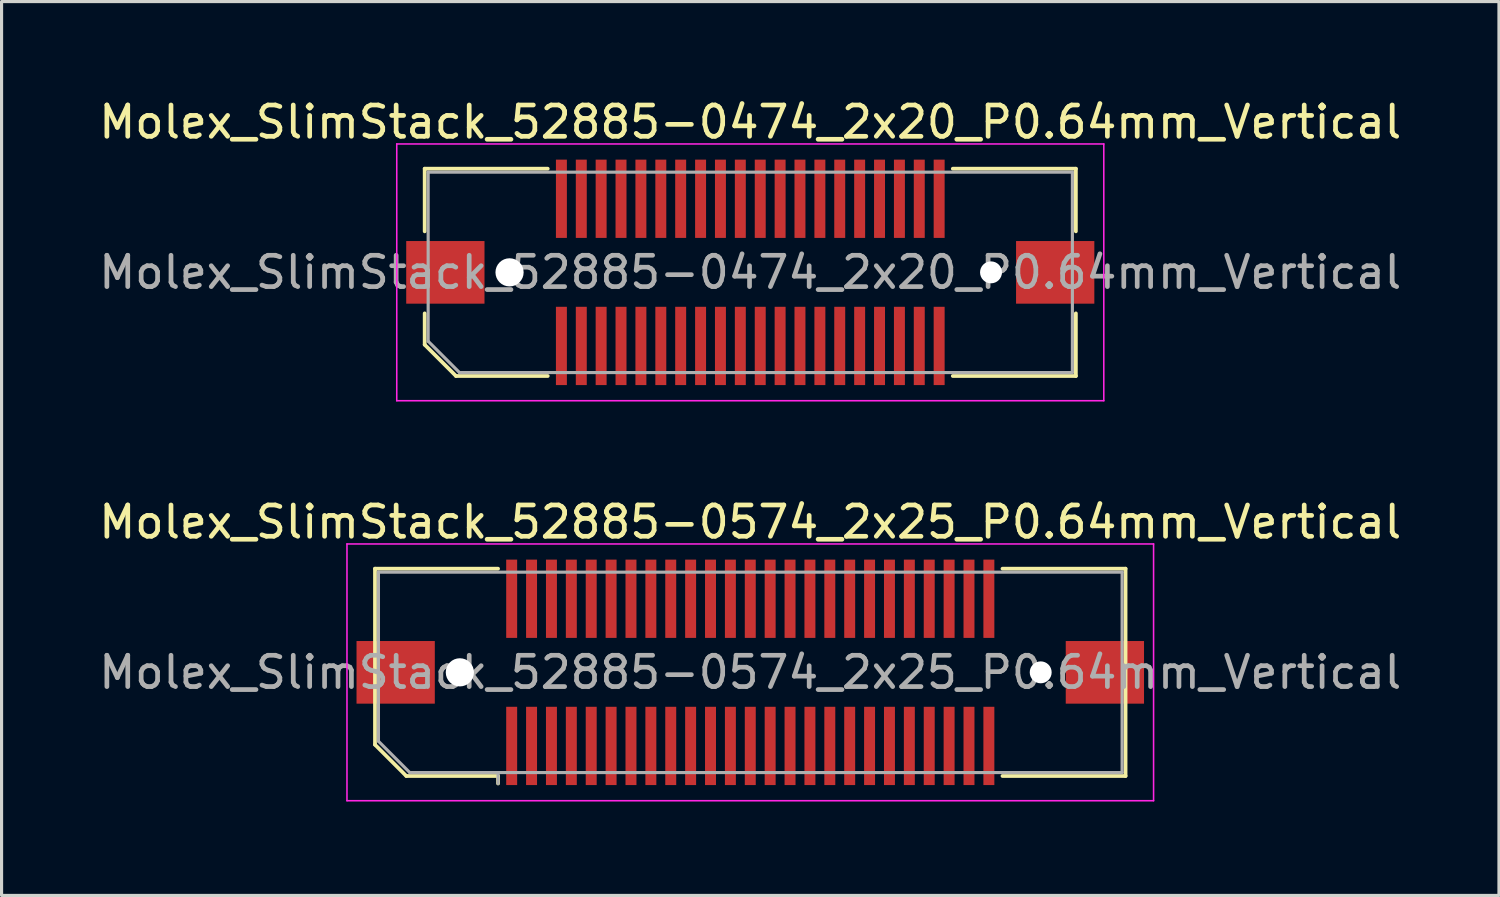
<source format=kicad_pcb>
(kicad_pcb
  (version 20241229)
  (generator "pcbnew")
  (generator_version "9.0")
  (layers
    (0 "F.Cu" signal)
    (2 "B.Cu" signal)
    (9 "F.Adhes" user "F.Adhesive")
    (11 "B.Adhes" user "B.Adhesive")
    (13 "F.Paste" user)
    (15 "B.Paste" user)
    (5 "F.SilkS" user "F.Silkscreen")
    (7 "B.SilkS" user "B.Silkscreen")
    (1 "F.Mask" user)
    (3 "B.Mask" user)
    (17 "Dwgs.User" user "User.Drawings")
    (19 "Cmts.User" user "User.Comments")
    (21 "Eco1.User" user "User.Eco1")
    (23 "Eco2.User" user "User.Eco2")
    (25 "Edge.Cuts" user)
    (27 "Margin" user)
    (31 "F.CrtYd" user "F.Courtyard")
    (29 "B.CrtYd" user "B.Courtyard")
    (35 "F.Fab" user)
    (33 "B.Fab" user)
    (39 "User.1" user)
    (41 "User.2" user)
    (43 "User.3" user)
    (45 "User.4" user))
  (footprint "Molex_SlimStack_52885-0474_2x20_P0.64mm_Vertical"
    (layer "F.Cu")
    (at 20.911 5.648)
    (property "Reference" "Molex_SlimStack_52885-0474_2x20_P0.64mm_Vertical" (at 0 -4.8 0) (layer "F.SilkS") (effects (font (size 1 1) (thickness 0.15))))
    (attr smd)
    (fp_line (start -10.398 -3.31) (end -6.468 -3.31) (stroke (width 0.12) (type solid)) (layer "F.SilkS"))
    (fp_line (start -10.398 -1.31) (end -10.398 -3.31) (stroke (width 0.12) (type solid)) (layer "F.SilkS"))
    (fp_line (start -10.398 2.31) (end -10.398 1.31) (stroke (width 0.12) (type solid)) (layer "F.SilkS"))
    (fp_line (start -9.398 3.31) (end -10.398 2.31) (stroke (width 0.12) (type solid)) (layer "F.SilkS"))
    (fp_line (start -6.468 3.31) (end -9.398 3.31) (stroke (width 0.12) (type solid)) (layer "F.SilkS"))
    (fp_line (start 6.468 3.31) (end 10.398 3.31) (stroke (width 0.12) (type solid)) (layer "F.SilkS"))
    (fp_line (start 10.398 -3.31) (end 6.468 -3.31) (stroke (width 0.12) (type solid)) (layer "F.SilkS"))
    (fp_line (start 10.398 -1.31) (end 10.398 -3.31) (stroke (width 0.12) (type solid)) (layer "F.SilkS"))
    (fp_line (start 10.398 3.31) (end 10.398 1.31) (stroke (width 0.12) (type solid)) (layer "F.SilkS"))
    (fp_line (start -11.29 -4.1) (end -11.29 4.1) (stroke (width 0.05) (type solid)) (layer "F.CrtYd"))
    (fp_line (start -11.29 4.1) (end 11.29 4.1) (stroke (width 0.05) (type solid)) (layer "F.CrtYd"))
    (fp_line (start 11.29 -4.1) (end -11.29 -4.1) (stroke (width 0.05) (type solid)) (layer "F.CrtYd"))
    (fp_line (start 11.29 4.1) (end 11.29 -4.1) (stroke (width 0.05) (type solid)) (layer "F.CrtYd"))
    (fp_line (start -10.287 -3.2) (end -10.287 2.2) (stroke (width 0.1) (type solid)) (layer "F.Fab"))
    (fp_line (start -10.287 2.2) (end -9.287 3.2) (stroke (width 0.1) (type solid)) (layer "F.Fab"))
    (fp_line (start -9.287 3.2) (end 10.287 3.2) (stroke (width 0.1) (type solid)) (layer "F.Fab"))
    (fp_line (start 10.287 -3.2) (end -10.287 -3.2) (stroke (width 0.1) (type solid)) (layer "F.Fab"))
    (fp_line (start 10.287 3.2) (end 10.287 -3.2) (stroke (width 0.1) (type solid)) (layer "F.Fab"))
    (fp_text user "${REFERENCE}" (at 0 0 0) (layer "F.Fab") (effects (font (size 1 1) (thickness 0.15))))
    (pad "" np_thru_hole circle (at -7.688 0) (size 0.9 0.9) (drill 0.9) (layers "*.Cu" "*.Mask"))
    (pad "" np_thru_hole circle (at 7.688 0) (size 0.7 0.7) (drill 0.7) (layers "*.Cu" "*.Mask"))
    (pad "1" smd rect (at -6.032 2.35) (size 0.35 2.5) (layers "F.Cu" "F.Mask" "F.Paste"))
    (pad "2" smd rect (at -6.032 -2.35) (size 0.35 2.5) (layers "F.Cu" "F.Mask" "F.Paste"))
    (pad "3" smd rect (at -5.397 2.35) (size 0.35 2.5) (layers "F.Cu" "F.Mask" "F.Paste"))
    (pad "4" smd rect (at -5.397 -2.35) (size 0.35 2.5) (layers "F.Cu" "F.Mask" "F.Paste"))
    (pad "5" smd rect (at -4.763 2.35) (size 0.35 2.5) (layers "F.Cu" "F.Mask" "F.Paste"))
    (pad "6" smd rect (at -4.763 -2.35) (size 0.35 2.5) (layers "F.Cu" "F.Mask" "F.Paste"))
    (pad "7" smd rect (at -4.128 2.35) (size 0.35 2.5) (layers "F.Cu" "F.Mask" "F.Paste"))
    (pad "8" smd rect (at -4.128 -2.35) (size 0.35 2.5) (layers "F.Cu" "F.Mask" "F.Paste"))
    (pad "9" smd rect (at -3.493 2.35) (size 0.35 2.5) (layers "F.Cu" "F.Mask" "F.Paste"))
    (pad "10" smd rect (at -3.493 -2.35) (size 0.35 2.5) (layers "F.Cu" "F.Mask" "F.Paste"))
    (pad "11" smd rect (at -2.857 2.35) (size 0.35 2.5) (layers "F.Cu" "F.Mask" "F.Paste"))
    (pad "12" smd rect (at -2.857 -2.35) (size 0.35 2.5) (layers "F.Cu" "F.Mask" "F.Paste"))
    (pad "13" smd rect (at -2.223 2.35) (size 0.35 2.5) (layers "F.Cu" "F.Mask" "F.Paste"))
    (pad "14" smd rect (at -2.223 -2.35) (size 0.35 2.5) (layers "F.Cu" "F.Mask" "F.Paste"))
    (pad "15" smd rect (at -1.587 2.35) (size 0.35 2.5) (layers "F.Cu" "F.Mask" "F.Paste"))
    (pad "16" smd rect (at -1.587 -2.35) (size 0.35 2.5) (layers "F.Cu" "F.Mask" "F.Paste"))
    (pad "17" smd rect (at -0.953 2.35) (size 0.35 2.5) (layers "F.Cu" "F.Mask" "F.Paste"))
    (pad "18" smd rect (at -0.953 -2.35) (size 0.35 2.5) (layers "F.Cu" "F.Mask" "F.Paste"))
    (pad "19" smd rect (at -0.318 2.35) (size 0.35 2.5) (layers "F.Cu" "F.Mask" "F.Paste"))
    (pad "20" smd rect (at -0.318 -2.35) (size 0.35 2.5) (layers "F.Cu" "F.Mask" "F.Paste"))
    (pad "21" smd rect (at 0.318 2.35) (size 0.35 2.5) (layers "F.Cu" "F.Mask" "F.Paste"))
    (pad "22" smd rect (at 0.318 -2.35) (size 0.35 2.5) (layers "F.Cu" "F.Mask" "F.Paste"))
    (pad "23" smd rect (at 0.953 2.35) (size 0.35 2.5) (layers "F.Cu" "F.Mask" "F.Paste"))
    (pad "24" smd rect (at 0.953 -2.35) (size 0.35 2.5) (layers "F.Cu" "F.Mask" "F.Paste"))
    (pad "25" smd rect (at 1.587 2.35) (size 0.35 2.5) (layers "F.Cu" "F.Mask" "F.Paste"))
    (pad "26" smd rect (at 1.587 -2.35) (size 0.35 2.5) (layers "F.Cu" "F.Mask" "F.Paste"))
    (pad "27" smd rect (at 2.223 2.35) (size 0.35 2.5) (layers "F.Cu" "F.Mask" "F.Paste"))
    (pad "28" smd rect (at 2.223 -2.35) (size 0.35 2.5) (layers "F.Cu" "F.Mask" "F.Paste"))
    (pad "29" smd rect (at 2.857 2.35) (size 0.35 2.5) (layers "F.Cu" "F.Mask" "F.Paste"))
    (pad "30" smd rect (at 2.857 -2.35) (size 0.35 2.5) (layers "F.Cu" "F.Mask" "F.Paste"))
    (pad "31" smd rect (at 3.493 2.35) (size 0.35 2.5) (layers "F.Cu" "F.Mask" "F.Paste"))
    (pad "32" smd rect (at 3.493 -2.35) (size 0.35 2.5) (layers "F.Cu" "F.Mask" "F.Paste"))
    (pad "33" smd rect (at 4.128 2.35) (size 0.35 2.5) (layers "F.Cu" "F.Mask" "F.Paste"))
    (pad "34" smd rect (at 4.128 -2.35) (size 0.35 2.5) (layers "F.Cu" "F.Mask" "F.Paste"))
    (pad "35" smd rect (at 4.763 2.35) (size 0.35 2.5) (layers "F.Cu" "F.Mask" "F.Paste"))
    (pad "36" smd rect (at 4.763 -2.35) (size 0.35 2.5) (layers "F.Cu" "F.Mask" "F.Paste"))
    (pad "37" smd rect (at 5.397 2.35) (size 0.35 2.5) (layers "F.Cu" "F.Mask" "F.Paste"))
    (pad "38" smd rect (at 5.397 -2.35) (size 0.35 2.5) (layers "F.Cu" "F.Mask" "F.Paste"))
    (pad "39" smd rect (at 6.032 2.35) (size 0.35 2.5) (layers "F.Cu" "F.Mask" "F.Paste"))
    (pad "40" smd rect (at 6.032 -2.35) (size 0.35 2.5) (layers "F.Cu" "F.Mask" "F.Paste"))
    (pad "MP" smd rect (at -9.738 0) (size 2.5 2) (layers "F.Cu" "F.Mask" "F.Paste"))
    (pad "MP" smd rect (at 9.738 0) (size 2.5 2) (layers "F.Cu" "F.Mask" "F.Paste")))
  (footprint "Molex_SlimStack_52885-0574_2x25_P0.64mm_Vertical"
    (layer "F.Cu")
    (at 20.911 18.422)
    (property "Reference" "Molex_SlimStack_52885-0574_2x25_P0.64mm_Vertical" (at 0 -4.8 0) (layer "F.SilkS") (effects (font (size 1 1) (thickness 0.15))))
    (attr smd)
    (fp_line (start -11.985 -3.31) (end -8.055 -3.31) (stroke (width 0.12) (type solid)) (layer "F.SilkS"))
    (fp_line (start -11.985 2.31) (end -11.985 -3.31) (stroke (width 0.12) (type solid)) (layer "F.SilkS"))
    (fp_line (start -10.985 3.31) (end -11.985 2.31) (stroke (width 0.12) (type solid)) (layer "F.SilkS"))
    (fp_line (start -8.055 3.31) (end -10.985 3.31) (stroke (width 0.12) (type solid)) (layer "F.SilkS"))
    (fp_line (start -8.055 3.55) (end -8.055 3.31) (stroke (width 0.12) (type solid)) (layer "F.SilkS"))
    (fp_line (start 8.055 3.31) (end 11.985 3.31) (stroke (width 0.12) (type solid)) (layer "F.SilkS"))
    (fp_line (start 11.985 -3.31) (end 8.055 -3.31) (stroke (width 0.12) (type solid)) (layer "F.SilkS"))
    (fp_line (start 11.985 3.31) (end 11.985 -3.31) (stroke (width 0.12) (type solid)) (layer "F.SilkS"))
    (fp_line (start -12.88 -4.1) (end -12.88 4.1) (stroke (width 0.05) (type solid)) (layer "F.CrtYd"))
    (fp_line (start -12.88 4.1) (end 12.88 4.1) (stroke (width 0.05) (type solid)) (layer "F.CrtYd"))
    (fp_line (start 12.88 -4.1) (end -12.88 -4.1) (stroke (width 0.05) (type solid)) (layer "F.CrtYd"))
    (fp_line (start 12.88 4.1) (end 12.88 -4.1) (stroke (width 0.05) (type solid)) (layer "F.CrtYd"))
    (fp_line (start -11.875 -3.2) (end -11.875 2.2) (stroke (width 0.1) (type solid)) (layer "F.Fab"))
    (fp_line (start -11.875 2.2) (end -10.875 3.2) (stroke (width 0.1) (type solid)) (layer "F.Fab"))
    (fp_line (start -10.875 3.2) (end 11.875 3.2) (stroke (width 0.1) (type solid)) (layer "F.Fab"))
    (fp_line (start -8.055 3.2) (end -8.055 3.55) (stroke (width 0.1) (type solid)) (layer "F.Fab"))
    (fp_line (start 11.875 -3.2) (end -11.875 -3.2) (stroke (width 0.1) (type solid)) (layer "F.Fab"))
    (fp_line (start 11.875 3.2) (end 11.875 -3.2) (stroke (width 0.1) (type solid)) (layer "F.Fab"))
    (fp_text user "${REFERENCE}" (at 0 0 0) (layer "F.Fab") (effects (font (size 1 1) (thickness 0.15))))
    (pad "" smd rect (at -11.325 0) (size 2.5 2) (layers "F.Cu" "F.Mask" "F.Paste"))
    (pad "" np_thru_hole circle (at -9.275 0) (size 0.9 0.9) (drill 0.9) (layers "*.Cu" "*.Mask"))
    (pad "" np_thru_hole circle (at 9.275 0) (size 0.7 0.7) (drill 0.7) (layers "*.Cu" "*.Mask"))
    (pad "" smd rect (at 11.325 0) (size 2.5 2) (layers "F.Cu" "F.Mask" "F.Paste"))
    (pad "1" smd rect (at -7.62 2.35) (size 0.35 2.5) (layers "F.Cu" "F.Mask" "F.Paste"))
    (pad "2" smd rect (at -7.62 -2.35) (size 0.35 2.5) (layers "F.Cu" "F.Mask" "F.Paste"))
    (pad "3" smd rect (at -6.985 2.35) (size 0.35 2.5) (layers "F.Cu" "F.Mask" "F.Paste"))
    (pad "4" smd rect (at -6.985 -2.35) (size 0.35 2.5) (layers "F.Cu" "F.Mask" "F.Paste"))
    (pad "5" smd rect (at -6.35 2.35) (size 0.35 2.5) (layers "F.Cu" "F.Mask" "F.Paste"))
    (pad "6" smd rect (at -6.35 -2.35) (size 0.35 2.5) (layers "F.Cu" "F.Mask" "F.Paste"))
    (pad "7" smd rect (at -5.715 2.35) (size 0.35 2.5) (layers "F.Cu" "F.Mask" "F.Paste"))
    (pad "8" smd rect (at -5.715 -2.35) (size 0.35 2.5) (layers "F.Cu" "F.Mask" "F.Paste"))
    (pad "9" smd rect (at -5.08 2.35) (size 0.35 2.5) (layers "F.Cu" "F.Mask" "F.Paste"))
    (pad "10" smd rect (at -5.08 -2.35) (size 0.35 2.5) (layers "F.Cu" "F.Mask" "F.Paste"))
    (pad "11" smd rect (at -4.445 2.35) (size 0.35 2.5) (layers "F.Cu" "F.Mask" "F.Paste"))
    (pad "12" smd rect (at -4.445 -2.35) (size 0.35 2.5) (layers "F.Cu" "F.Mask" "F.Paste"))
    (pad "13" smd rect (at -3.81 2.35) (size 0.35 2.5) (layers "F.Cu" "F.Mask" "F.Paste"))
    (pad "14" smd rect (at -3.81 -2.35) (size 0.35 2.5) (layers "F.Cu" "F.Mask" "F.Paste"))
    (pad "15" smd rect (at -3.175 2.35) (size 0.35 2.5) (layers "F.Cu" "F.Mask" "F.Paste"))
    (pad "16" smd rect (at -3.175 -2.35) (size 0.35 2.5) (layers "F.Cu" "F.Mask" "F.Paste"))
    (pad "17" smd rect (at -2.54 2.35) (size 0.35 2.5) (layers "F.Cu" "F.Mask" "F.Paste"))
    (pad "18" smd rect (at -2.54 -2.35) (size 0.35 2.5) (layers "F.Cu" "F.Mask" "F.Paste"))
    (pad "19" smd rect (at -1.905 2.35) (size 0.35 2.5) (layers "F.Cu" "F.Mask" "F.Paste"))
    (pad "20" smd rect (at -1.905 -2.35) (size 0.35 2.5) (layers "F.Cu" "F.Mask" "F.Paste"))
    (pad "21" smd rect (at -1.27 2.35) (size 0.35 2.5) (layers "F.Cu" "F.Mask" "F.Paste"))
    (pad "22" smd rect (at -1.27 -2.35) (size 0.35 2.5) (layers "F.Cu" "F.Mask" "F.Paste"))
    (pad "23" smd rect (at -0.635 2.35) (size 0.35 2.5) (layers "F.Cu" "F.Mask" "F.Paste"))
    (pad "24" smd rect (at -0.635 -2.35) (size 0.35 2.5) (layers "F.Cu" "F.Mask" "F.Paste"))
    (pad "25" smd rect (at 0 2.35) (size 0.35 2.5) (layers "F.Cu" "F.Mask" "F.Paste"))
    (pad "26" smd rect (at 0 -2.35) (size 0.35 2.5) (layers "F.Cu" "F.Mask" "F.Paste"))
    (pad "27" smd rect (at 0.635 2.35) (size 0.35 2.5) (layers "F.Cu" "F.Mask" "F.Paste"))
    (pad "28" smd rect (at 0.635 -2.35) (size 0.35 2.5) (layers "F.Cu" "F.Mask" "F.Paste"))
    (pad "29" smd rect (at 1.27 2.35) (size 0.35 2.5) (layers "F.Cu" "F.Mask" "F.Paste"))
    (pad "30" smd rect (at 1.27 -2.35) (size 0.35 2.5) (layers "F.Cu" "F.Mask" "F.Paste"))
    (pad "31" smd rect (at 1.905 2.35) (size 0.35 2.5) (layers "F.Cu" "F.Mask" "F.Paste"))
    (pad "32" smd rect (at 1.905 -2.35) (size 0.35 2.5) (layers "F.Cu" "F.Mask" "F.Paste"))
    (pad "33" smd rect (at 2.54 2.35) (size 0.35 2.5) (layers "F.Cu" "F.Mask" "F.Paste"))
    (pad "34" smd rect (at 2.54 -2.35) (size 0.35 2.5) (layers "F.Cu" "F.Mask" "F.Paste"))
    (pad "35" smd rect (at 3.175 2.35) (size 0.35 2.5) (layers "F.Cu" "F.Mask" "F.Paste"))
    (pad "36" smd rect (at 3.175 -2.35) (size 0.35 2.5) (layers "F.Cu" "F.Mask" "F.Paste"))
    (pad "37" smd rect (at 3.81 2.35) (size 0.35 2.5) (layers "F.Cu" "F.Mask" "F.Paste"))
    (pad "38" smd rect (at 3.81 -2.35) (size 0.35 2.5) (layers "F.Cu" "F.Mask" "F.Paste"))
    (pad "39" smd rect (at 4.445 2.35) (size 0.35 2.5) (layers "F.Cu" "F.Mask" "F.Paste"))
    (pad "40" smd rect (at 4.445 -2.35) (size 0.35 2.5) (layers "F.Cu" "F.Mask" "F.Paste"))
    (pad "41" smd rect (at 5.08 2.35) (size 0.35 2.5) (layers "F.Cu" "F.Mask" "F.Paste"))
    (pad "42" smd rect (at 5.08 -2.35) (size 0.35 2.5) (layers "F.Cu" "F.Mask" "F.Paste"))
    (pad "43" smd rect (at 5.715 2.35) (size 0.35 2.5) (layers "F.Cu" "F.Mask" "F.Paste"))
    (pad "44" smd rect (at 5.715 -2.35) (size 0.35 2.5) (layers "F.Cu" "F.Mask" "F.Paste"))
    (pad "45" smd rect (at 6.35 2.35) (size 0.35 2.5) (layers "F.Cu" "F.Mask" "F.Paste"))
    (pad "46" smd rect (at 6.35 -2.35) (size 0.35 2.5) (layers "F.Cu" "F.Mask" "F.Paste"))
    (pad "47" smd rect (at 6.985 2.35) (size 0.35 2.5) (layers "F.Cu" "F.Mask" "F.Paste"))
    (pad "48" smd rect (at 6.985 -2.35) (size 0.35 2.5) (layers "F.Cu" "F.Mask" "F.Paste"))
    (pad "49" smd rect (at 7.62 2.35) (size 0.35 2.5) (layers "F.Cu" "F.Mask" "F.Paste"))
    (pad "50" smd rect (at 7.62 -2.35) (size 0.35 2.5) (layers "F.Cu" "F.Mask" "F.Paste")))
  (gr_rect
    (start -3 -3)
    (end 44.821 25.547)
    (stroke (width 0.1) (type default))
    (fill no)
    (layer "Edge.Cuts")))
</source>
